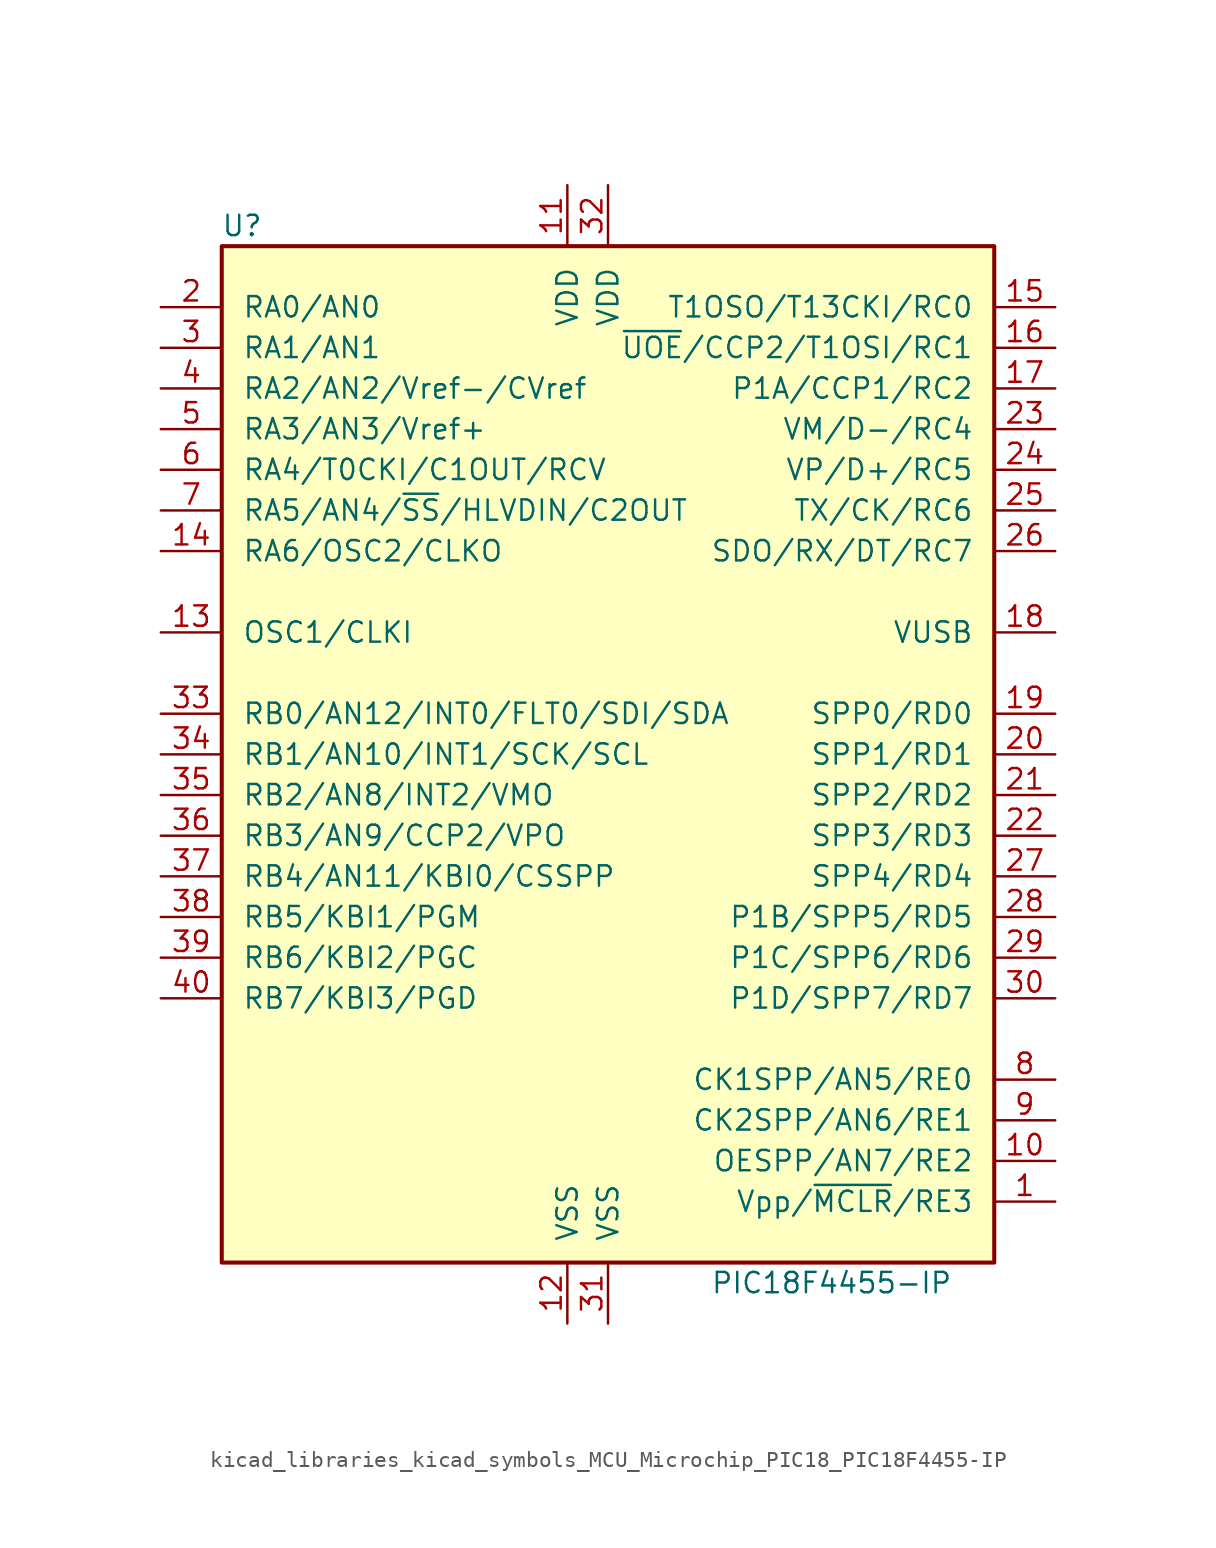
<source format=kicad_sym>
(kicad_symbol_lib
  (version 20220914)
  (generator kicad_symbol_editor)
  (symbol "kicad_libraries_kicad_symbols_MCU_Microchip_PIC18_PIC18F4455-IP"
    (pin_names
      (offset 1.27))
    (property "Reference" "U"
      (at -22.86 33.02 0)
      (effects (font (size 1.27 1.27))))
    (property "Value" "PIC18F4455-IP"
      (at 13.97 -33.02 0)
      (effects (font (size 1.27 1.27))))
    (symbol "kicad_libraries_kicad_symbols_MCU_Microchip_PIC18_PIC18F4455-IP_0_1"
      (rectangle (start -24.13 31.75) (end 24.13 -31.75) (stroke (width 0.254) (type default)) (fill (type background))))
    (symbol "kicad_libraries_kicad_symbols_MCU_Microchip_PIC18_PIC18F4455-IP_1_1"
      (pin input line (at 27.94 -27.94 180) (length 3.81) (name "Vpp/~{MCLR}/RE3" (effects (font (size 1.27 1.27)))) (number "1" (effects (font (size 1.27 1.27)))))
      (pin bidirectional line (at 27.94 -25.4 180) (length 3.81) (name "OESPP/AN7/RE2" (effects (font (size 1.27 1.27)))) (number "10" (effects (font (size 1.27 1.27)))))
      (pin power_in line (at -2.54 35.56 270) (length 3.81) (name "VDD" (effects (font (size 1.27 1.27)))) (number "11" (effects (font (size 1.27 1.27)))))
      (pin power_in line (at -2.54 -35.56 90) (length 3.81) (name "VSS" (effects (font (size 1.27 1.27)))) (number "12" (effects (font (size 1.27 1.27)))))
      (pin input line (at -27.94 7.62 0) (length 3.81) (name "OSC1/CLKI" (effects (font (size 1.27 1.27)))) (number "13" (effects (font (size 1.27 1.27)))))
      (pin output line (at -27.94 12.7 0) (length 3.81) (name "RA6/OSC2/CLKO" (effects (font (size 1.27 1.27)))) (number "14" (effects (font (size 1.27 1.27)))))
      (pin bidirectional line (at 27.94 27.94 180) (length 3.81) (name "T1OSO/T13CKI/RC0" (effects (font (size 1.27 1.27)))) (number "15" (effects (font (size 1.27 1.27)))))
      (pin bidirectional line (at 27.94 25.4 180) (length 3.81) (name "~{UOE}/CCP2/T1OSI/RC1" (effects (font (size 1.27 1.27)))) (number "16" (effects (font (size 1.27 1.27)))))
      (pin bidirectional line (at 27.94 22.86 180) (length 3.81) (name "P1A/CCP1/RC2" (effects (font (size 1.27 1.27)))) (number "17" (effects (font (size 1.27 1.27)))))
      (pin bidirectional line (at 27.94 7.62 180) (length 3.81) (name "VUSB" (effects (font (size 1.27 1.27)))) (number "18" (effects (font (size 1.27 1.27)))))
      (pin bidirectional line (at 27.94 2.54 180) (length 3.81) (name "SPP0/RD0" (effects (font (size 1.27 1.27)))) (number "19" (effects (font (size 1.27 1.27)))))
      (pin bidirectional line (at -27.94 27.94 0) (length 3.81) (name "RA0/AN0" (effects (font (size 1.27 1.27)))) (number "2" (effects (font (size 1.27 1.27)))))
      (pin bidirectional line (at 27.94 0 180) (length 3.81) (name "SPP1/RD1" (effects (font (size 1.27 1.27)))) (number "20" (effects (font (size 1.27 1.27)))))
      (pin bidirectional line (at 27.94 -2.54 180) (length 3.81) (name "SPP2/RD2" (effects (font (size 1.27 1.27)))) (number "21" (effects (font (size 1.27 1.27)))))
      (pin bidirectional line (at 27.94 -5.08 180) (length 3.81) (name "SPP3/RD3" (effects (font (size 1.27 1.27)))) (number "22" (effects (font (size 1.27 1.27)))))
      (pin bidirectional line (at 27.94 20.32 180) (length 3.81) (name "VM/D-/RC4" (effects (font (size 1.27 1.27)))) (number "23" (effects (font (size 1.27 1.27)))))
      (pin bidirectional line (at 27.94 17.78 180) (length 3.81) (name "VP/D+/RC5" (effects (font (size 1.27 1.27)))) (number "24" (effects (font (size 1.27 1.27)))))
      (pin bidirectional line (at 27.94 15.24 180) (length 3.81) (name "TX/CK/RC6" (effects (font (size 1.27 1.27)))) (number "25" (effects (font (size 1.27 1.27)))))
      (pin bidirectional line (at 27.94 12.7 180) (length 3.81) (name "SDO/RX/DT/RC7" (effects (font (size 1.27 1.27)))) (number "26" (effects (font (size 1.27 1.27)))))
      (pin bidirectional line (at 27.94 -7.62 180) (length 3.81) (name "SPP4/RD4" (effects (font (size 1.27 1.27)))) (number "27" (effects (font (size 1.27 1.27)))))
      (pin bidirectional line (at 27.94 -10.16 180) (length 3.81) (name "P1B/SPP5/RD5" (effects (font (size 1.27 1.27)))) (number "28" (effects (font (size 1.27 1.27)))))
      (pin bidirectional line (at 27.94 -12.7 180) (length 3.81) (name "P1C/SPP6/RD6" (effects (font (size 1.27 1.27)))) (number "29" (effects (font (size 1.27 1.27)))))
      (pin bidirectional line (at -27.94 25.4 0) (length 3.81) (name "RA1/AN1" (effects (font (size 1.27 1.27)))) (number "3" (effects (font (size 1.27 1.27)))))
      (pin bidirectional line (at 27.94 -15.24 180) (length 3.81) (name "P1D/SPP7/RD7" (effects (font (size 1.27 1.27)))) (number "30" (effects (font (size 1.27 1.27)))))
      (pin power_in line (at 0 -35.56 90) (length 3.81) (name "VSS" (effects (font (size 1.27 1.27)))) (number "31" (effects (font (size 1.27 1.27)))))
      (pin power_in line (at 0 35.56 270) (length 3.81) (name "VDD" (effects (font (size 1.27 1.27)))) (number "32" (effects (font (size 1.27 1.27)))))
      (pin bidirectional line (at -27.94 2.54 0) (length 3.81) (name "RB0/AN12/INT0/FLT0/SDI/SDA" (effects (font (size 1.27 1.27)))) (number "33" (effects (font (size 1.27 1.27)))))
      (pin bidirectional line (at -27.94 0 0) (length 3.81) (name "RB1/AN10/INT1/SCK/SCL" (effects (font (size 1.27 1.27)))) (number "34" (effects (font (size 1.27 1.27)))))
      (pin bidirectional line (at -27.94 -2.54 0) (length 3.81) (name "RB2/AN8/INT2/VMO" (effects (font (size 1.27 1.27)))) (number "35" (effects (font (size 1.27 1.27)))))
      (pin bidirectional line (at -27.94 -5.08 0) (length 3.81) (name "RB3/AN9/CCP2/VPO" (effects (font (size 1.27 1.27)))) (number "36" (effects (font (size 1.27 1.27)))))
      (pin bidirectional line (at -27.94 -7.62 0) (length 3.81) (name "RB4/AN11/KBI0/CSSPP" (effects (font (size 1.27 1.27)))) (number "37" (effects (font (size 1.27 1.27)))))
      (pin bidirectional line (at -27.94 -10.16 0) (length 3.81) (name "RB5/KBI1/PGM" (effects (font (size 1.27 1.27)))) (number "38" (effects (font (size 1.27 1.27)))))
      (pin bidirectional line (at -27.94 -12.7 0) (length 3.81) (name "RB6/KBI2/PGC" (effects (font (size 1.27 1.27)))) (number "39" (effects (font (size 1.27 1.27)))))
      (pin bidirectional line (at -27.94 22.86 0) (length 3.81) (name "RA2/AN2/Vref-/CVref" (effects (font (size 1.27 1.27)))) (number "4" (effects (font (size 1.27 1.27)))))
      (pin bidirectional line (at -27.94 -15.24 0) (length 3.81) (name "RB7/KBI3/PGD" (effects (font (size 1.27 1.27)))) (number "40" (effects (font (size 1.27 1.27)))))
      (pin bidirectional line (at -27.94 20.32 0) (length 3.81) (name "RA3/AN3/Vref+" (effects (font (size 1.27 1.27)))) (number "5" (effects (font (size 1.27 1.27)))))
      (pin bidirectional line (at -27.94 17.78 0) (length 3.81) (name "RA4/T0CKI/C1OUT/RCV" (effects (font (size 1.27 1.27)))) (number "6" (effects (font (size 1.27 1.27)))))
      (pin bidirectional line (at -27.94 15.24 0) (length 3.81) (name "RA5/AN4/~{SS}/HLVDIN/C2OUT" (effects (font (size 1.27 1.27)))) (number "7" (effects (font (size 1.27 1.27)))))
      (pin bidirectional line (at 27.94 -20.32 180) (length 3.81) (name "CK1SPP/AN5/RE0" (effects (font (size 1.27 1.27)))) (number "8" (effects (font (size 1.27 1.27)))))
      (pin bidirectional line (at 27.94 -22.86 180) (length 3.81) (name "CK2SPP/AN6/RE1" (effects (font (size 1.27 1.27)))) (number "9" (effects (font (size 1.27 1.27))))))))
</source>
